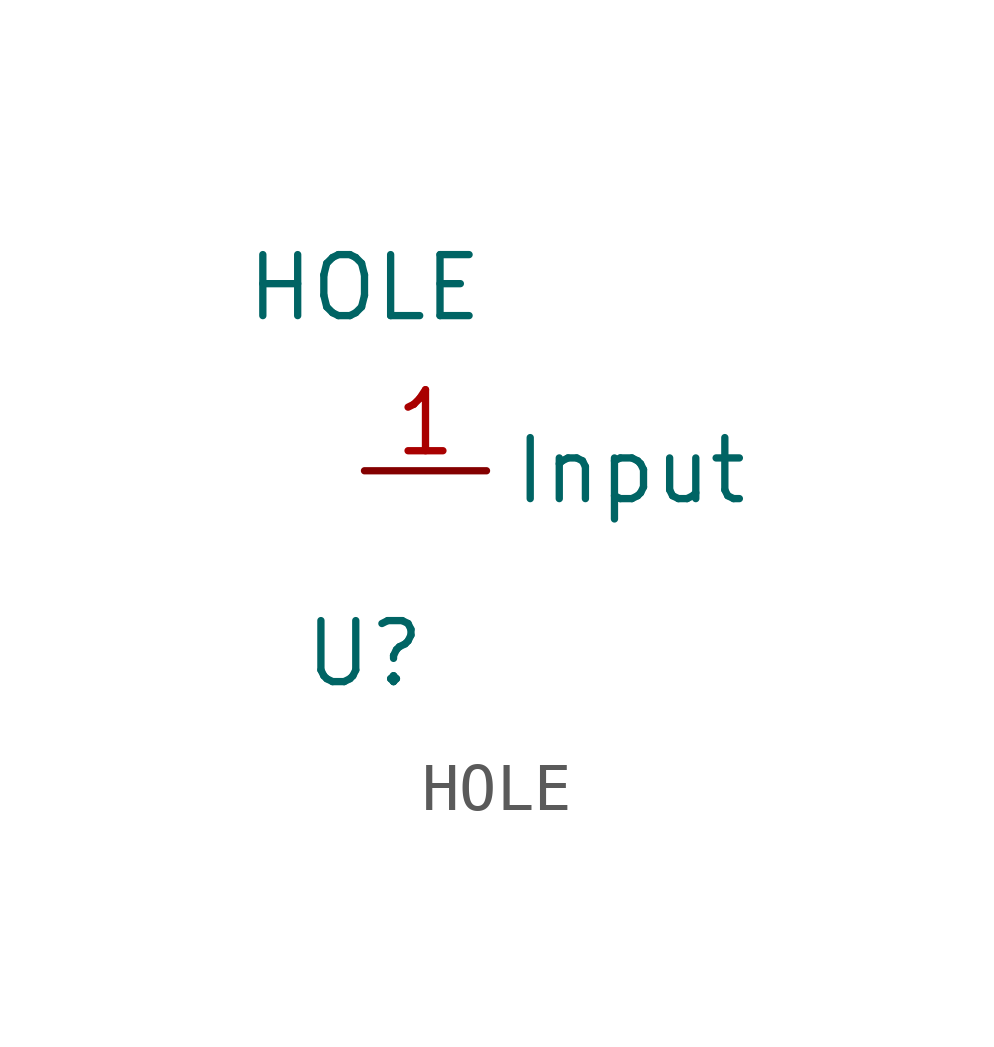
<source format=kicad_sym>
(kicad_symbol_lib
  (version 20211014)
  (generator kicad_symbol_editor)
  (symbol "HOLE"
    (property "Reference" "U"
      (at 0 -3.81 0)
      (effects (font (size 1.27 1.27))))
    (property "Value" "HOLE"
      (at 0 3.81 0)
      (effects (font (size 1.27 1.27))))
    (symbol "HOLE_1_1"
      (pin input line (at 0 0 0) (length 2.54) (name "Input" (effects (font (size 1.27 1.27)))) (number "1" (effects (font (size 1.27 1.27))))))))
</source>
